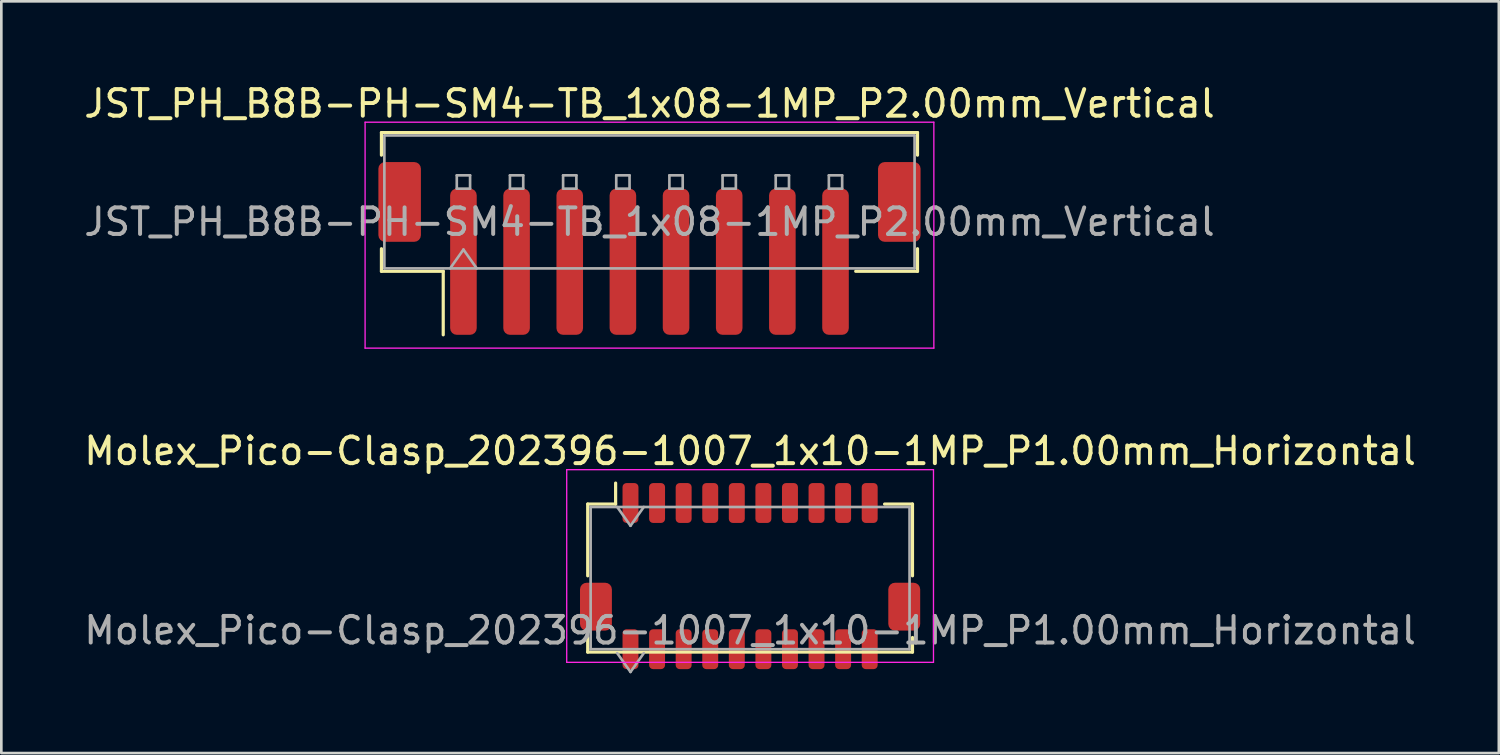
<source format=kicad_pcb>
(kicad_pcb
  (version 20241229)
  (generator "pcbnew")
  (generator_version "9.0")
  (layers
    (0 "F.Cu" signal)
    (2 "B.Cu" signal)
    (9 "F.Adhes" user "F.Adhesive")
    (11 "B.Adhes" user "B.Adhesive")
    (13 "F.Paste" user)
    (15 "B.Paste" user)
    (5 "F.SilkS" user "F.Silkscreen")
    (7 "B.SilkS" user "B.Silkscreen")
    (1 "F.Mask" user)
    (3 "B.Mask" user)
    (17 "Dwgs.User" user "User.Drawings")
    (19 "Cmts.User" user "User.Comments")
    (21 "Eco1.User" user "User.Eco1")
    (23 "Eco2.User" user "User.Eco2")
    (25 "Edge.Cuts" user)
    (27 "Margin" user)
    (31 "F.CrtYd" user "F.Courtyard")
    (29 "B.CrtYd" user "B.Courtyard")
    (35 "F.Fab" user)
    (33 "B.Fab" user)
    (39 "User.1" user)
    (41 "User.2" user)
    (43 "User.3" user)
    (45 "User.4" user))
  (footprint "Molex_Pico-Clasp_202396-1007_1x10-1MP_P1.00mm_Horizontal"
    (layer "F.Cu")
    (at 25.173 17.901)
    (property "Reference" "Molex_Pico-Clasp_202396-1007_1x10-1MP_P1.00mm_Horizontal" (at 0 -3.98 0) (layer "F.SilkS") (effects (font (size 1 1) (thickness 0.15))))
    (attr smd)
    (fp_line (start -6.11 -1.985) (end -5.06 -1.985) (stroke (width 0.12) (type solid)) (layer "F.SilkS"))
    (fp_line (start -6.11 0.715) (end -6.11 -1.985) (stroke (width 0.12) (type solid)) (layer "F.SilkS"))
    (fp_line (start -6.11 3.035) (end -6.11 3.585) (stroke (width 0.12) (type solid)) (layer "F.SilkS"))
    (fp_line (start -6.11 3.585) (end 6.11 3.585) (stroke (width 0.12) (type solid)) (layer "F.SilkS"))
    (fp_line (start -5.06 -1.985) (end -5.06 -2.775) (stroke (width 0.12) (type solid)) (layer "F.SilkS"))
    (fp_line (start 6.11 -1.985) (end 5.06 -1.985) (stroke (width 0.12) (type solid)) (layer "F.SilkS"))
    (fp_line (start 6.11 0.715) (end 6.11 -1.985) (stroke (width 0.12) (type solid)) (layer "F.SilkS"))
    (fp_line (start 6.11 3.585) (end 6.11 3.035) (stroke (width 0.12) (type solid)) (layer "F.SilkS"))
    (fp_line (start -6.9 -3.28) (end -6.9 3.97) (stroke (width 0.05) (type solid)) (layer "F.CrtYd"))
    (fp_line (start -6.9 3.97) (end 6.9 3.97) (stroke (width 0.05) (type solid)) (layer "F.CrtYd"))
    (fp_line (start 6.9 -3.28) (end -6.9 -3.28) (stroke (width 0.05) (type solid)) (layer "F.CrtYd"))
    (fp_line (start 6.9 3.97) (end 6.9 -3.28) (stroke (width 0.05) (type solid)) (layer "F.CrtYd"))
    (fp_line (start -6 -1.875) (end -6 3.475) (stroke (width 0.1) (type solid)) (layer "F.Fab"))
    (fp_line (start -6 -1.875) (end 6 -1.875) (stroke (width 0.1) (type solid)) (layer "F.Fab"))
    (fp_line (start -6 3.475) (end 6 3.475) (stroke (width 0.1) (type solid)) (layer "F.Fab"))
    (fp_line (start -5 -1.875) (end -4.5 -1.168) (stroke (width 0.1) (type solid)) (layer "F.Fab"))
    (fp_line (start -5 3.625) (end -4.5 4.332) (stroke (width 0.1) (type solid)) (layer "F.Fab"))
    (fp_line (start -4.5 -1.168) (end -4 -1.875) (stroke (width 0.1) (type solid)) (layer "F.Fab"))
    (fp_line (start -4.5 4.332) (end -4 3.625) (stroke (width 0.1) (type solid)) (layer "F.Fab"))
    (fp_line (start 6 -1.875) (end 6 3.475) (stroke (width 0.1) (type solid)) (layer "F.Fab"))
    (fp_text user "${REFERENCE}" (at 0 2.77 0) (layer "F.Fab") (effects (font (size 1 1) (thickness 0.15))))
    (pad "1" smd roundrect (at -4.5 -2.025) (size 0.6 1.5) (layers "F.Cu" "F.Mask" "F.Paste") (roundrect_rratio 0.25))
    (pad "1" smd roundrect (at -4.5 3.475) (size 0.6 1.5) (layers "F.Cu" "F.Mask" "F.Paste") (roundrect_rratio 0.25))
    (pad "2" smd roundrect (at -3.5 -2.025) (size 0.6 1.5) (layers "F.Cu" "F.Mask" "F.Paste") (roundrect_rratio 0.25))
    (pad "2" smd roundrect (at -3.5 3.475) (size 0.6 1.5) (layers "F.Cu" "F.Mask" "F.Paste") (roundrect_rratio 0.25))
    (pad "3" smd roundrect (at -2.5 -2.025) (size 0.6 1.5) (layers "F.Cu" "F.Mask" "F.Paste") (roundrect_rratio 0.25))
    (pad "3" smd roundrect (at -2.5 3.475) (size 0.6 1.5) (layers "F.Cu" "F.Mask" "F.Paste") (roundrect_rratio 0.25))
    (pad "4" smd roundrect (at -1.5 -2.025) (size 0.6 1.5) (layers "F.Cu" "F.Mask" "F.Paste") (roundrect_rratio 0.25))
    (pad "4" smd roundrect (at -1.5 3.475) (size 0.6 1.5) (layers "F.Cu" "F.Mask" "F.Paste") (roundrect_rratio 0.25))
    (pad "5" smd roundrect (at -0.5 -2.025) (size 0.6 1.5) (layers "F.Cu" "F.Mask" "F.Paste") (roundrect_rratio 0.25))
    (pad "5" smd roundrect (at -0.5 3.475) (size 0.6 1.5) (layers "F.Cu" "F.Mask" "F.Paste") (roundrect_rratio 0.25))
    (pad "6" smd roundrect (at 0.5 -2.025) (size 0.6 1.5) (layers "F.Cu" "F.Mask" "F.Paste") (roundrect_rratio 0.25))
    (pad "6" smd roundrect (at 0.5 3.475) (size 0.6 1.5) (layers "F.Cu" "F.Mask" "F.Paste") (roundrect_rratio 0.25))
    (pad "7" smd roundrect (at 1.5 -2.025) (size 0.6 1.5) (layers "F.Cu" "F.Mask" "F.Paste") (roundrect_rratio 0.25))
    (pad "7" smd roundrect (at 1.5 3.475) (size 0.6 1.5) (layers "F.Cu" "F.Mask" "F.Paste") (roundrect_rratio 0.25))
    (pad "8" smd roundrect (at 2.5 -2.025) (size 0.6 1.5) (layers "F.Cu" "F.Mask" "F.Paste") (roundrect_rratio 0.25))
    (pad "8" smd roundrect (at 2.5 3.475) (size 0.6 1.5) (layers "F.Cu" "F.Mask" "F.Paste") (roundrect_rratio 0.25))
    (pad "9" smd roundrect (at 3.5 -2.025) (size 0.6 1.5) (layers "F.Cu" "F.Mask" "F.Paste") (roundrect_rratio 0.25))
    (pad "9" smd roundrect (at 3.5 3.475) (size 0.6 1.5) (layers "F.Cu" "F.Mask" "F.Paste") (roundrect_rratio 0.25))
    (pad "10" smd roundrect (at 4.5 -2.025) (size 0.6 1.5) (layers "F.Cu" "F.Mask" "F.Paste") (roundrect_rratio 0.25))
    (pad "10" smd roundrect (at 4.5 3.475) (size 0.6 1.5) (layers "F.Cu" "F.Mask" "F.Paste") (roundrect_rratio 0.25))
    (pad "MP" smd roundrect (at -5.8 1.875) (size 1.2 1.8) (layers "F.Cu" "F.Mask" "F.Paste") (roundrect_rratio 0.208))
    (pad "MP" smd roundrect (at 5.8 1.875) (size 1.2 1.8) (layers "F.Cu" "F.Mask" "F.Paste") (roundrect_rratio 0.208)))
  (footprint "JST_PH_B8B-PH-SM4-TB_1x08-1MP_P2.00mm_Vertical"
    (layer "F.Cu")
    (at 21.387 6.298)
    (property "Reference" "JST_PH_B8B-PH-SM4-TB_1x08-1MP_P2.00mm_Vertical" (at 0 -5.45 0) (layer "F.SilkS") (effects (font (size 1 1) (thickness 0.15))))
    (attr smd)
    (fp_line (start -10.085 -4.36) (end 10.085 -4.36) (stroke (width 0.12) (type solid)) (layer "F.SilkS"))
    (fp_line (start -10.085 -3.51) (end -10.085 -4.36) (stroke (width 0.12) (type solid)) (layer "F.SilkS"))
    (fp_line (start -10.085 0.01) (end -10.085 0.86) (stroke (width 0.12) (type solid)) (layer "F.SilkS"))
    (fp_line (start -10.085 0.86) (end -7.76 0.86) (stroke (width 0.12) (type solid)) (layer "F.SilkS"))
    (fp_line (start -7.76 0.86) (end -7.76 3.25) (stroke (width 0.12) (type solid)) (layer "F.SilkS"))
    (fp_line (start 10.085 -4.36) (end 10.085 -3.51) (stroke (width 0.12) (type solid)) (layer "F.SilkS"))
    (fp_line (start 10.085 0.01) (end 10.085 0.86) (stroke (width 0.12) (type solid)) (layer "F.SilkS"))
    (fp_line (start 10.085 0.86) (end 7.76 0.86) (stroke (width 0.12) (type solid)) (layer "F.SilkS"))
    (fp_line (start -10.7 -4.75) (end -10.7 3.75) (stroke (width 0.05) (type solid)) (layer "F.CrtYd"))
    (fp_line (start -10.7 3.75) (end 10.7 3.75) (stroke (width 0.05) (type solid)) (layer "F.CrtYd"))
    (fp_line (start 10.7 -4.75) (end -10.7 -4.75) (stroke (width 0.05) (type solid)) (layer "F.CrtYd"))
    (fp_line (start 10.7 3.75) (end 10.7 -4.75) (stroke (width 0.05) (type solid)) (layer "F.CrtYd"))
    (fp_line (start -9.975 -4.25) (end 9.975 -4.25) (stroke (width 0.1) (type solid)) (layer "F.Fab"))
    (fp_line (start -9.975 0.75) (end -9.975 -4.25) (stroke (width 0.1) (type solid)) (layer "F.Fab"))
    (fp_line (start -9.975 0.75) (end 9.975 0.75) (stroke (width 0.1) (type solid)) (layer "F.Fab"))
    (fp_line (start -7.5 0.75) (end -7 0.043) (stroke (width 0.1) (type solid)) (layer "F.Fab"))
    (fp_line (start -7.25 -2.75) (end -7.25 -2.25) (stroke (width 0.1) (type solid)) (layer "F.Fab"))
    (fp_line (start -7.25 -2.25) (end -6.75 -2.25) (stroke (width 0.1) (type solid)) (layer "F.Fab"))
    (fp_line (start -7 0.043) (end -6.5 0.75) (stroke (width 0.1) (type solid)) (layer "F.Fab"))
    (fp_line (start -6.75 -2.75) (end -7.25 -2.75) (stroke (width 0.1) (type solid)) (layer "F.Fab"))
    (fp_line (start -6.75 -2.25) (end -6.75 -2.75) (stroke (width 0.1) (type solid)) (layer "F.Fab"))
    (fp_line (start -5.25 -2.75) (end -5.25 -2.25) (stroke (width 0.1) (type solid)) (layer "F.Fab"))
    (fp_line (start -5.25 -2.25) (end -4.75 -2.25) (stroke (width 0.1) (type solid)) (layer "F.Fab"))
    (fp_line (start -4.75 -2.75) (end -5.25 -2.75) (stroke (width 0.1) (type solid)) (layer "F.Fab"))
    (fp_line (start -4.75 -2.25) (end -4.75 -2.75) (stroke (width 0.1) (type solid)) (layer "F.Fab"))
    (fp_line (start -3.25 -2.75) (end -3.25 -2.25) (stroke (width 0.1) (type solid)) (layer "F.Fab"))
    (fp_line (start -3.25 -2.25) (end -2.75 -2.25) (stroke (width 0.1) (type solid)) (layer "F.Fab"))
    (fp_line (start -2.75 -2.75) (end -3.25 -2.75) (stroke (width 0.1) (type solid)) (layer "F.Fab"))
    (fp_line (start -2.75 -2.25) (end -2.75 -2.75) (stroke (width 0.1) (type solid)) (layer "F.Fab"))
    (fp_line (start -1.25 -2.75) (end -1.25 -2.25) (stroke (width 0.1) (type solid)) (layer "F.Fab"))
    (fp_line (start -1.25 -2.25) (end -0.75 -2.25) (stroke (width 0.1) (type solid)) (layer "F.Fab"))
    (fp_line (start -0.75 -2.75) (end -1.25 -2.75) (stroke (width 0.1) (type solid)) (layer "F.Fab"))
    (fp_line (start -0.75 -2.25) (end -0.75 -2.75) (stroke (width 0.1) (type solid)) (layer "F.Fab"))
    (fp_line (start 0.75 -2.75) (end 0.75 -2.25) (stroke (width 0.1) (type solid)) (layer "F.Fab"))
    (fp_line (start 0.75 -2.25) (end 1.25 -2.25) (stroke (width 0.1) (type solid)) (layer "F.Fab"))
    (fp_line (start 1.25 -2.75) (end 0.75 -2.75) (stroke (width 0.1) (type solid)) (layer "F.Fab"))
    (fp_line (start 1.25 -2.25) (end 1.25 -2.75) (stroke (width 0.1) (type solid)) (layer "F.Fab"))
    (fp_line (start 2.75 -2.75) (end 2.75 -2.25) (stroke (width 0.1) (type solid)) (layer "F.Fab"))
    (fp_line (start 2.75 -2.25) (end 3.25 -2.25) (stroke (width 0.1) (type solid)) (layer "F.Fab"))
    (fp_line (start 3.25 -2.75) (end 2.75 -2.75) (stroke (width 0.1) (type solid)) (layer "F.Fab"))
    (fp_line (start 3.25 -2.25) (end 3.25 -2.75) (stroke (width 0.1) (type solid)) (layer "F.Fab"))
    (fp_line (start 4.75 -2.75) (end 4.75 -2.25) (stroke (width 0.1) (type solid)) (layer "F.Fab"))
    (fp_line (start 4.75 -2.25) (end 5.25 -2.25) (stroke (width 0.1) (type solid)) (layer "F.Fab"))
    (fp_line (start 5.25 -2.75) (end 4.75 -2.75) (stroke (width 0.1) (type solid)) (layer "F.Fab"))
    (fp_line (start 5.25 -2.25) (end 5.25 -2.75) (stroke (width 0.1) (type solid)) (layer "F.Fab"))
    (fp_line (start 6.75 -2.75) (end 6.75 -2.25) (stroke (width 0.1) (type solid)) (layer "F.Fab"))
    (fp_line (start 6.75 -2.25) (end 7.25 -2.25) (stroke (width 0.1) (type solid)) (layer "F.Fab"))
    (fp_line (start 7.25 -2.75) (end 6.75 -2.75) (stroke (width 0.1) (type solid)) (layer "F.Fab"))
    (fp_line (start 7.25 -2.25) (end 7.25 -2.75) (stroke (width 0.1) (type solid)) (layer "F.Fab"))
    (fp_line (start 9.975 0.75) (end 9.975 -4.25) (stroke (width 0.1) (type solid)) (layer "F.Fab"))
    (fp_text user "${REFERENCE}" (at 0 -1 0) (layer "F.Fab") (effects (font (size 1 1) (thickness 0.15))))
    (pad "1" smd roundrect (at -7 0.5) (size 1 5.5) (layers "F.Cu" "F.Mask" "F.Paste") (roundrect_rratio 0.25))
    (pad "2" smd roundrect (at -5 0.5) (size 1 5.5) (layers "F.Cu" "F.Mask" "F.Paste") (roundrect_rratio 0.25))
    (pad "3" smd roundrect (at -3 0.5) (size 1 5.5) (layers "F.Cu" "F.Mask" "F.Paste") (roundrect_rratio 0.25))
    (pad "4" smd roundrect (at -1 0.5) (size 1 5.5) (layers "F.Cu" "F.Mask" "F.Paste") (roundrect_rratio 0.25))
    (pad "5" smd roundrect (at 1 0.5) (size 1 5.5) (layers "F.Cu" "F.Mask" "F.Paste") (roundrect_rratio 0.25))
    (pad "6" smd roundrect (at 3 0.5) (size 1 5.5) (layers "F.Cu" "F.Mask" "F.Paste") (roundrect_rratio 0.25))
    (pad "7" smd roundrect (at 5 0.5) (size 1 5.5) (layers "F.Cu" "F.Mask" "F.Paste") (roundrect_rratio 0.25))
    (pad "8" smd roundrect (at 7 0.5) (size 1 5.5) (layers "F.Cu" "F.Mask" "F.Paste") (roundrect_rratio 0.25))
    (pad "9" smd roundrect (at -9.4 -1.75) (size 1.6 3) (layers "F.Cu" "F.Mask" "F.Paste") (roundrect_rratio 0.156))
    (pad "9" smd roundrect (at 9.4 -1.75) (size 1.6 3) (layers "F.Cu" "F.Mask" "F.Paste") (roundrect_rratio 0.156)))
  (gr_rect
    (start -3 -3)
    (end 53.345 25.284)
    (stroke (width 0.1) (type default))
    (fill no)
    (layer "Edge.Cuts")))
</source>
